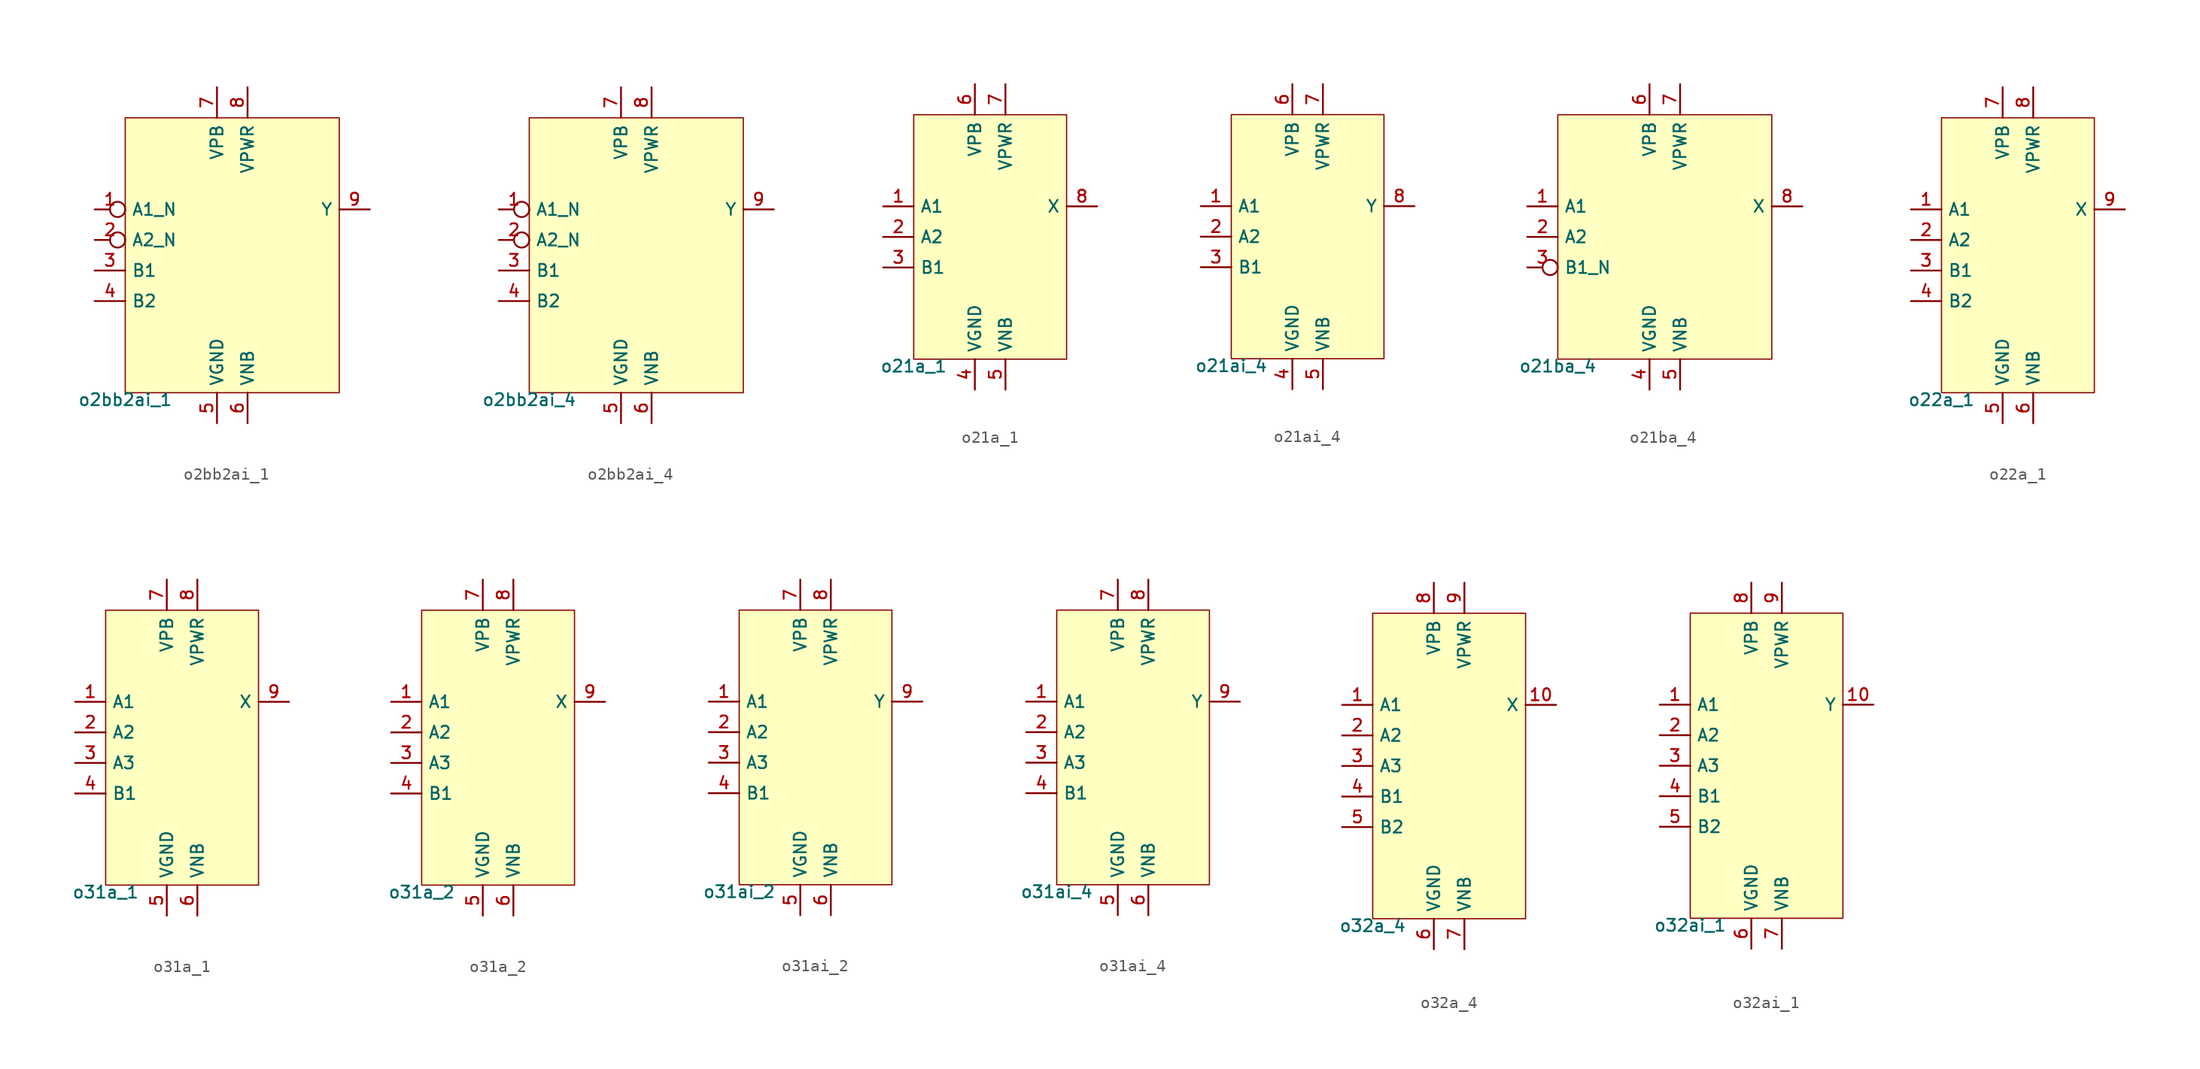
<source format=kicad_sym>
(kicad_symbol_lib
  (version 20211014)
  (generator pdk2kicad)
  (symbol "o2bb2ai_1"
    (property "Reference" "X"
      (at 0 0 0)
      (effects (font (size 1 1)) hide))
    (property "Value" "o2bb2ai_1"
      (at -8.89 -11.43 0)
      (effects (font (size 1 1)) (justify top)))
    (rectangle
      (start -8.89 -11.43)
      (end 8.89 11.43)
      (stroke (width 0.1) (type solid) (color 0 0 0 0))
      (fill (type background)))
    (pin input inverted
      (at -11.43 3.81 0)
      (length 2.54)
      (name "A1_N" (effects (font (size 1 1)) hide))
      (number "1" (effects (font (size 1 1)) hide)))
    (pin input inverted
      (at -11.43 1.27 0)
      (length 2.54)
      (name "A2_N" (effects (font (size 1 1)) hide))
      (number "2" (effects (font (size 1 1)) hide)))
    (pin input line
      (at -11.43 -1.27 0)
      (length 2.54)
      (name "B1" (effects (font (size 1 1)) hide))
      (number "3" (effects (font (size 1 1)) hide)))
    (pin input line
      (at -11.43 -3.81 0)
      (length 2.54)
      (name "B2" (effects (font (size 1 1)) hide))
      (number "4" (effects (font (size 1 1)) hide)))
    (pin power_in line
      (at -1.27 -13.97 90)
      (length 2.54)
      (name "VGND" (effects (font (size 1 1)) hide))
      (number "5" (effects (font (size 1 1)) hide)))
    (pin power_in line
      (at 1.27 -13.97 90)
      (length 2.54)
      (name "VNB" (effects (font (size 1 1)) hide))
      (number "6" (effects (font (size 1 1)) hide)))
    (pin power_in line
      (at -1.27 13.97 270)
      (length 2.54)
      (name "VPB" (effects (font (size 1 1)) hide))
      (number "7" (effects (font (size 1 1)) hide)))
    (pin power_in line
      (at 1.27 13.97 270)
      (length 2.54)
      (name "VPWR" (effects (font (size 1 1)) hide))
      (number "8" (effects (font (size 1 1)) hide)))
    (pin output line
      (at 11.43 3.81 180)
      (length 2.54)
      (name "Y" (effects (font (size 1 1)) hide))
      (number "9" (effects (font (size 1 1)) hide))))
  (symbol "o2bb2ai_4"
    (property "Reference" "X"
      (at 0 0 0)
      (effects (font (size 1 1)) hide))
    (property "Value" "o2bb2ai_4"
      (at -8.89 -11.43 0)
      (effects (font (size 1 1)) (justify top)))
    (rectangle
      (start -8.89 -11.43)
      (end 8.89 11.43)
      (stroke (width 0.1) (type solid) (color 0 0 0 0))
      (fill (type background)))
    (pin input inverted
      (at -11.43 3.81 0)
      (length 2.54)
      (name "A1_N" (effects (font (size 1 1)) hide))
      (number "1" (effects (font (size 1 1)) hide)))
    (pin input inverted
      (at -11.43 1.27 0)
      (length 2.54)
      (name "A2_N" (effects (font (size 1 1)) hide))
      (number "2" (effects (font (size 1 1)) hide)))
    (pin input line
      (at -11.43 -1.27 0)
      (length 2.54)
      (name "B1" (effects (font (size 1 1)) hide))
      (number "3" (effects (font (size 1 1)) hide)))
    (pin input line
      (at -11.43 -3.81 0)
      (length 2.54)
      (name "B2" (effects (font (size 1 1)) hide))
      (number "4" (effects (font (size 1 1)) hide)))
    (pin power_in line
      (at -1.27 -13.97 90)
      (length 2.54)
      (name "VGND" (effects (font (size 1 1)) hide))
      (number "5" (effects (font (size 1 1)) hide)))
    (pin power_in line
      (at 1.27 -13.97 90)
      (length 2.54)
      (name "VNB" (effects (font (size 1 1)) hide))
      (number "6" (effects (font (size 1 1)) hide)))
    (pin power_in line
      (at -1.27 13.97 270)
      (length 2.54)
      (name "VPB" (effects (font (size 1 1)) hide))
      (number "7" (effects (font (size 1 1)) hide)))
    (pin power_in line
      (at 1.27 13.97 270)
      (length 2.54)
      (name "VPWR" (effects (font (size 1 1)) hide))
      (number "8" (effects (font (size 1 1)) hide)))
    (pin output line
      (at 11.43 3.81 180)
      (length 2.54)
      (name "Y" (effects (font (size 1 1)) hide))
      (number "9" (effects (font (size 1 1)) hide))))
  (symbol "o21a_1"
    (property "Reference" "X"
      (at 0 0 0)
      (effects (font (size 1 1)) hide))
    (property "Value" "o21a_1"
      (at -6.35 -10.16 0)
      (effects (font (size 1 1)) (justify top)))
    (rectangle
      (start -6.35 -10.16)
      (end 6.35 10.16)
      (stroke (width 0.1) (type solid) (color 0 0 0 0))
      (fill (type background)))
    (pin input line
      (at -8.89 2.54 0)
      (length 2.54)
      (name "A1" (effects (font (size 1 1)) hide))
      (number "1" (effects (font (size 1 1)) hide)))
    (pin input line
      (at -8.89 0.0 0)
      (length 2.54)
      (name "A2" (effects (font (size 1 1)) hide))
      (number "2" (effects (font (size 1 1)) hide)))
    (pin input line
      (at -8.89 -2.54 0)
      (length 2.54)
      (name "B1" (effects (font (size 1 1)) hide))
      (number "3" (effects (font (size 1 1)) hide)))
    (pin power_in line
      (at -1.27 -12.7 90)
      (length 2.54)
      (name "VGND" (effects (font (size 1 1)) hide))
      (number "4" (effects (font (size 1 1)) hide)))
    (pin power_in line
      (at 1.27 -12.7 90)
      (length 2.54)
      (name "VNB" (effects (font (size 1 1)) hide))
      (number "5" (effects (font (size 1 1)) hide)))
    (pin power_in line
      (at -1.27 12.7 270)
      (length 2.54)
      (name "VPB" (effects (font (size 1 1)) hide))
      (number "6" (effects (font (size 1 1)) hide)))
    (pin power_in line
      (at 1.27 12.7 270)
      (length 2.54)
      (name "VPWR" (effects (font (size 1 1)) hide))
      (number "7" (effects (font (size 1 1)) hide)))
    (pin output line
      (at 8.89 2.54 180)
      (length 2.54)
      (name "X" (effects (font (size 1 1)) hide))
      (number "8" (effects (font (size 1 1)) hide))))
  (symbol "o21ai_4"
    (property "Reference" "X"
      (at 0 0 0)
      (effects (font (size 1 1)) hide))
    (property "Value" "o21ai_4"
      (at -6.35 -10.16 0)
      (effects (font (size 1 1)) (justify top)))
    (rectangle
      (start -6.35 -10.16)
      (end 6.35 10.16)
      (stroke (width 0.1) (type solid) (color 0 0 0 0))
      (fill (type background)))
    (pin input line
      (at -8.89 2.54 0)
      (length 2.54)
      (name "A1" (effects (font (size 1 1)) hide))
      (number "1" (effects (font (size 1 1)) hide)))
    (pin input line
      (at -8.89 0.0 0)
      (length 2.54)
      (name "A2" (effects (font (size 1 1)) hide))
      (number "2" (effects (font (size 1 1)) hide)))
    (pin input line
      (at -8.89 -2.54 0)
      (length 2.54)
      (name "B1" (effects (font (size 1 1)) hide))
      (number "3" (effects (font (size 1 1)) hide)))
    (pin power_in line
      (at -1.27 -12.7 90)
      (length 2.54)
      (name "VGND" (effects (font (size 1 1)) hide))
      (number "4" (effects (font (size 1 1)) hide)))
    (pin power_in line
      (at 1.27 -12.7 90)
      (length 2.54)
      (name "VNB" (effects (font (size 1 1)) hide))
      (number "5" (effects (font (size 1 1)) hide)))
    (pin power_in line
      (at -1.27 12.7 270)
      (length 2.54)
      (name "VPB" (effects (font (size 1 1)) hide))
      (number "6" (effects (font (size 1 1)) hide)))
    (pin power_in line
      (at 1.27 12.7 270)
      (length 2.54)
      (name "VPWR" (effects (font (size 1 1)) hide))
      (number "7" (effects (font (size 1 1)) hide)))
    (pin output line
      (at 8.89 2.54 180)
      (length 2.54)
      (name "Y" (effects (font (size 1 1)) hide))
      (number "8" (effects (font (size 1 1)) hide))))
  (symbol "o21ba_4"
    (property "Reference" "X"
      (at 0 0 0)
      (effects (font (size 1 1)) hide))
    (property "Value" "o21ba_4"
      (at -8.89 -10.16 0)
      (effects (font (size 1 1)) (justify top)))
    (rectangle
      (start -8.89 -10.16)
      (end 8.89 10.16)
      (stroke (width 0.1) (type solid) (color 0 0 0 0))
      (fill (type background)))
    (pin input line
      (at -11.43 2.54 0)
      (length 2.54)
      (name "A1" (effects (font (size 1 1)) hide))
      (number "1" (effects (font (size 1 1)) hide)))
    (pin input line
      (at -11.43 0.0 0)
      (length 2.54)
      (name "A2" (effects (font (size 1 1)) hide))
      (number "2" (effects (font (size 1 1)) hide)))
    (pin input inverted
      (at -11.43 -2.54 0)
      (length 2.54)
      (name "B1_N" (effects (font (size 1 1)) hide))
      (number "3" (effects (font (size 1 1)) hide)))
    (pin power_in line
      (at -1.27 -12.7 90)
      (length 2.54)
      (name "VGND" (effects (font (size 1 1)) hide))
      (number "4" (effects (font (size 1 1)) hide)))
    (pin power_in line
      (at 1.27 -12.7 90)
      (length 2.54)
      (name "VNB" (effects (font (size 1 1)) hide))
      (number "5" (effects (font (size 1 1)) hide)))
    (pin power_in line
      (at -1.27 12.7 270)
      (length 2.54)
      (name "VPB" (effects (font (size 1 1)) hide))
      (number "6" (effects (font (size 1 1)) hide)))
    (pin power_in line
      (at 1.27 12.7 270)
      (length 2.54)
      (name "VPWR" (effects (font (size 1 1)) hide))
      (number "7" (effects (font (size 1 1)) hide)))
    (pin output line
      (at 11.43 2.54 180)
      (length 2.54)
      (name "X" (effects (font (size 1 1)) hide))
      (number "8" (effects (font (size 1 1)) hide))))
  (symbol "o22a_1"
    (property "Reference" "X"
      (at 0 0 0)
      (effects (font (size 1 1)) hide))
    (property "Value" "o22a_1"
      (at -6.35 -11.43 0)
      (effects (font (size 1 1)) (justify top)))
    (rectangle
      (start -6.35 -11.43)
      (end 6.35 11.43)
      (stroke (width 0.1) (type solid) (color 0 0 0 0))
      (fill (type background)))
    (pin input line
      (at -8.89 3.81 0)
      (length 2.54)
      (name "A1" (effects (font (size 1 1)) hide))
      (number "1" (effects (font (size 1 1)) hide)))
    (pin input line
      (at -8.89 1.27 0)
      (length 2.54)
      (name "A2" (effects (font (size 1 1)) hide))
      (number "2" (effects (font (size 1 1)) hide)))
    (pin input line
      (at -8.89 -1.27 0)
      (length 2.54)
      (name "B1" (effects (font (size 1 1)) hide))
      (number "3" (effects (font (size 1 1)) hide)))
    (pin input line
      (at -8.89 -3.81 0)
      (length 2.54)
      (name "B2" (effects (font (size 1 1)) hide))
      (number "4" (effects (font (size 1 1)) hide)))
    (pin power_in line
      (at -1.27 -13.97 90)
      (length 2.54)
      (name "VGND" (effects (font (size 1 1)) hide))
      (number "5" (effects (font (size 1 1)) hide)))
    (pin power_in line
      (at 1.27 -13.97 90)
      (length 2.54)
      (name "VNB" (effects (font (size 1 1)) hide))
      (number "6" (effects (font (size 1 1)) hide)))
    (pin power_in line
      (at -1.27 13.97 270)
      (length 2.54)
      (name "VPB" (effects (font (size 1 1)) hide))
      (number "7" (effects (font (size 1 1)) hide)))
    (pin power_in line
      (at 1.27 13.97 270)
      (length 2.54)
      (name "VPWR" (effects (font (size 1 1)) hide))
      (number "8" (effects (font (size 1 1)) hide)))
    (pin output line
      (at 8.89 3.81 180)
      (length 2.54)
      (name "X" (effects (font (size 1 1)) hide))
      (number "9" (effects (font (size 1 1)) hide))))
  (symbol "o31a_1"
    (property "Reference" "X"
      (at 0 0 0)
      (effects (font (size 1 1)) hide))
    (property "Value" "o31a_1"
      (at -6.35 -11.43 0)
      (effects (font (size 1 1)) (justify top)))
    (rectangle
      (start -6.35 -11.43)
      (end 6.35 11.43)
      (stroke (width 0.1) (type solid) (color 0 0 0 0))
      (fill (type background)))
    (pin input line
      (at -8.89 3.81 0)
      (length 2.54)
      (name "A1" (effects (font (size 1 1)) hide))
      (number "1" (effects (font (size 1 1)) hide)))
    (pin input line
      (at -8.89 1.27 0)
      (length 2.54)
      (name "A2" (effects (font (size 1 1)) hide))
      (number "2" (effects (font (size 1 1)) hide)))
    (pin input line
      (at -8.89 -1.27 0)
      (length 2.54)
      (name "A3" (effects (font (size 1 1)) hide))
      (number "3" (effects (font (size 1 1)) hide)))
    (pin input line
      (at -8.89 -3.81 0)
      (length 2.54)
      (name "B1" (effects (font (size 1 1)) hide))
      (number "4" (effects (font (size 1 1)) hide)))
    (pin power_in line
      (at -1.27 -13.97 90)
      (length 2.54)
      (name "VGND" (effects (font (size 1 1)) hide))
      (number "5" (effects (font (size 1 1)) hide)))
    (pin power_in line
      (at 1.27 -13.97 90)
      (length 2.54)
      (name "VNB" (effects (font (size 1 1)) hide))
      (number "6" (effects (font (size 1 1)) hide)))
    (pin power_in line
      (at -1.27 13.97 270)
      (length 2.54)
      (name "VPB" (effects (font (size 1 1)) hide))
      (number "7" (effects (font (size 1 1)) hide)))
    (pin power_in line
      (at 1.27 13.97 270)
      (length 2.54)
      (name "VPWR" (effects (font (size 1 1)) hide))
      (number "8" (effects (font (size 1 1)) hide)))
    (pin output line
      (at 8.89 3.81 180)
      (length 2.54)
      (name "X" (effects (font (size 1 1)) hide))
      (number "9" (effects (font (size 1 1)) hide))))
  (symbol "o31a_2"
    (property "Reference" "X"
      (at 0 0 0)
      (effects (font (size 1 1)) hide))
    (property "Value" "o31a_2"
      (at -6.35 -11.43 0)
      (effects (font (size 1 1)) (justify top)))
    (rectangle
      (start -6.35 -11.43)
      (end 6.35 11.43)
      (stroke (width 0.1) (type solid) (color 0 0 0 0))
      (fill (type background)))
    (pin input line
      (at -8.89 3.81 0)
      (length 2.54)
      (name "A1" (effects (font (size 1 1)) hide))
      (number "1" (effects (font (size 1 1)) hide)))
    (pin input line
      (at -8.89 1.27 0)
      (length 2.54)
      (name "A2" (effects (font (size 1 1)) hide))
      (number "2" (effects (font (size 1 1)) hide)))
    (pin input line
      (at -8.89 -1.27 0)
      (length 2.54)
      (name "A3" (effects (font (size 1 1)) hide))
      (number "3" (effects (font (size 1 1)) hide)))
    (pin input line
      (at -8.89 -3.81 0)
      (length 2.54)
      (name "B1" (effects (font (size 1 1)) hide))
      (number "4" (effects (font (size 1 1)) hide)))
    (pin power_in line
      (at -1.27 -13.97 90)
      (length 2.54)
      (name "VGND" (effects (font (size 1 1)) hide))
      (number "5" (effects (font (size 1 1)) hide)))
    (pin power_in line
      (at 1.27 -13.97 90)
      (length 2.54)
      (name "VNB" (effects (font (size 1 1)) hide))
      (number "6" (effects (font (size 1 1)) hide)))
    (pin power_in line
      (at -1.27 13.97 270)
      (length 2.54)
      (name "VPB" (effects (font (size 1 1)) hide))
      (number "7" (effects (font (size 1 1)) hide)))
    (pin power_in line
      (at 1.27 13.97 270)
      (length 2.54)
      (name "VPWR" (effects (font (size 1 1)) hide))
      (number "8" (effects (font (size 1 1)) hide)))
    (pin output line
      (at 8.89 3.81 180)
      (length 2.54)
      (name "X" (effects (font (size 1 1)) hide))
      (number "9" (effects (font (size 1 1)) hide))))
  (symbol "o31ai_2"
    (property "Reference" "X"
      (at 0 0 0)
      (effects (font (size 1 1)) hide))
    (property "Value" "o31ai_2"
      (at -6.35 -11.43 0)
      (effects (font (size 1 1)) (justify top)))
    (rectangle
      (start -6.35 -11.43)
      (end 6.35 11.43)
      (stroke (width 0.1) (type solid) (color 0 0 0 0))
      (fill (type background)))
    (pin input line
      (at -8.89 3.81 0)
      (length 2.54)
      (name "A1" (effects (font (size 1 1)) hide))
      (number "1" (effects (font (size 1 1)) hide)))
    (pin input line
      (at -8.89 1.27 0)
      (length 2.54)
      (name "A2" (effects (font (size 1 1)) hide))
      (number "2" (effects (font (size 1 1)) hide)))
    (pin input line
      (at -8.89 -1.27 0)
      (length 2.54)
      (name "A3" (effects (font (size 1 1)) hide))
      (number "3" (effects (font (size 1 1)) hide)))
    (pin input line
      (at -8.89 -3.81 0)
      (length 2.54)
      (name "B1" (effects (font (size 1 1)) hide))
      (number "4" (effects (font (size 1 1)) hide)))
    (pin power_in line
      (at -1.27 -13.97 90)
      (length 2.54)
      (name "VGND" (effects (font (size 1 1)) hide))
      (number "5" (effects (font (size 1 1)) hide)))
    (pin power_in line
      (at 1.27 -13.97 90)
      (length 2.54)
      (name "VNB" (effects (font (size 1 1)) hide))
      (number "6" (effects (font (size 1 1)) hide)))
    (pin power_in line
      (at -1.27 13.97 270)
      (length 2.54)
      (name "VPB" (effects (font (size 1 1)) hide))
      (number "7" (effects (font (size 1 1)) hide)))
    (pin power_in line
      (at 1.27 13.97 270)
      (length 2.54)
      (name "VPWR" (effects (font (size 1 1)) hide))
      (number "8" (effects (font (size 1 1)) hide)))
    (pin output line
      (at 8.89 3.81 180)
      (length 2.54)
      (name "Y" (effects (font (size 1 1)) hide))
      (number "9" (effects (font (size 1 1)) hide))))
  (symbol "o31ai_4"
    (property "Reference" "X"
      (at 0 0 0)
      (effects (font (size 1 1)) hide))
    (property "Value" "o31ai_4"
      (at -6.35 -11.43 0)
      (effects (font (size 1 1)) (justify top)))
    (rectangle
      (start -6.35 -11.43)
      (end 6.35 11.43)
      (stroke (width 0.1) (type solid) (color 0 0 0 0))
      (fill (type background)))
    (pin input line
      (at -8.89 3.81 0)
      (length 2.54)
      (name "A1" (effects (font (size 1 1)) hide))
      (number "1" (effects (font (size 1 1)) hide)))
    (pin input line
      (at -8.89 1.27 0)
      (length 2.54)
      (name "A2" (effects (font (size 1 1)) hide))
      (number "2" (effects (font (size 1 1)) hide)))
    (pin input line
      (at -8.89 -1.27 0)
      (length 2.54)
      (name "A3" (effects (font (size 1 1)) hide))
      (number "3" (effects (font (size 1 1)) hide)))
    (pin input line
      (at -8.89 -3.81 0)
      (length 2.54)
      (name "B1" (effects (font (size 1 1)) hide))
      (number "4" (effects (font (size 1 1)) hide)))
    (pin power_in line
      (at -1.27 -13.97 90)
      (length 2.54)
      (name "VGND" (effects (font (size 1 1)) hide))
      (number "5" (effects (font (size 1 1)) hide)))
    (pin power_in line
      (at 1.27 -13.97 90)
      (length 2.54)
      (name "VNB" (effects (font (size 1 1)) hide))
      (number "6" (effects (font (size 1 1)) hide)))
    (pin power_in line
      (at -1.27 13.97 270)
      (length 2.54)
      (name "VPB" (effects (font (size 1 1)) hide))
      (number "7" (effects (font (size 1 1)) hide)))
    (pin power_in line
      (at 1.27 13.97 270)
      (length 2.54)
      (name "VPWR" (effects (font (size 1 1)) hide))
      (number "8" (effects (font (size 1 1)) hide)))
    (pin output line
      (at 8.89 3.81 180)
      (length 2.54)
      (name "Y" (effects (font (size 1 1)) hide))
      (number "9" (effects (font (size 1 1)) hide))))
  (symbol "o32a_4"
    (property "Reference" "X"
      (at 0 0 0)
      (effects (font (size 1 1)) hide))
    (property "Value" "o32a_4"
      (at -6.35 -12.7 0)
      (effects (font (size 1 1)) (justify top)))
    (rectangle
      (start -6.35 -12.7)
      (end 6.35 12.7)
      (stroke (width 0.1) (type solid) (color 0 0 0 0))
      (fill (type background)))
    (pin input line
      (at -8.89 5.08 0)
      (length 2.54)
      (name "A1" (effects (font (size 1 1)) hide))
      (number "1" (effects (font (size 1 1)) hide)))
    (pin input line
      (at -8.89 2.54 0)
      (length 2.54)
      (name "A2" (effects (font (size 1 1)) hide))
      (number "2" (effects (font (size 1 1)) hide)))
    (pin input line
      (at -8.89 -8.881784197001252e-16 0)
      (length 2.54)
      (name "A3" (effects (font (size 1 1)) hide))
      (number "3" (effects (font (size 1 1)) hide)))
    (pin input line
      (at -8.89 -2.54 0)
      (length 2.54)
      (name "B1" (effects (font (size 1 1)) hide))
      (number "4" (effects (font (size 1 1)) hide)))
    (pin input line
      (at -8.89 -5.08 0)
      (length 2.54)
      (name "B2" (effects (font (size 1 1)) hide))
      (number "5" (effects (font (size 1 1)) hide)))
    (pin power_in line
      (at -1.27 -15.24 90)
      (length 2.54)
      (name "VGND" (effects (font (size 1 1)) hide))
      (number "6" (effects (font (size 1 1)) hide)))
    (pin power_in line
      (at 1.27 -15.24 90)
      (length 2.54)
      (name "VNB" (effects (font (size 1 1)) hide))
      (number "7" (effects (font (size 1 1)) hide)))
    (pin power_in line
      (at -1.27 15.24 270)
      (length 2.54)
      (name "VPB" (effects (font (size 1 1)) hide))
      (number "8" (effects (font (size 1 1)) hide)))
    (pin power_in line
      (at 1.27 15.24 270)
      (length 2.54)
      (name "VPWR" (effects (font (size 1 1)) hide))
      (number "9" (effects (font (size 1 1)) hide)))
    (pin output line
      (at 8.89 5.08 180)
      (length 2.54)
      (name "X" (effects (font (size 1 1)) hide))
      (number "10" (effects (font (size 1 1)) hide))))
  (symbol "o32ai_1"
    (property "Reference" "X"
      (at 0 0 0)
      (effects (font (size 1 1)) hide))
    (property "Value" "o32ai_1"
      (at -6.35 -12.7 0)
      (effects (font (size 1 1)) (justify top)))
    (rectangle
      (start -6.35 -12.7)
      (end 6.35 12.7)
      (stroke (width 0.1) (type solid) (color 0 0 0 0))
      (fill (type background)))
    (pin input line
      (at -8.89 5.08 0)
      (length 2.54)
      (name "A1" (effects (font (size 1 1)) hide))
      (number "1" (effects (font (size 1 1)) hide)))
    (pin input line
      (at -8.89 2.54 0)
      (length 2.54)
      (name "A2" (effects (font (size 1 1)) hide))
      (number "2" (effects (font (size 1 1)) hide)))
    (pin input line
      (at -8.89 -8.881784197001252e-16 0)
      (length 2.54)
      (name "A3" (effects (font (size 1 1)) hide))
      (number "3" (effects (font (size 1 1)) hide)))
    (pin input line
      (at -8.89 -2.54 0)
      (length 2.54)
      (name "B1" (effects (font (size 1 1)) hide))
      (number "4" (effects (font (size 1 1)) hide)))
    (pin input line
      (at -8.89 -5.08 0)
      (length 2.54)
      (name "B2" (effects (font (size 1 1)) hide))
      (number "5" (effects (font (size 1 1)) hide)))
    (pin power_in line
      (at -1.27 -15.24 90)
      (length 2.54)
      (name "VGND" (effects (font (size 1 1)) hide))
      (number "6" (effects (font (size 1 1)) hide)))
    (pin power_in line
      (at 1.27 -15.24 90)
      (length 2.54)
      (name "VNB" (effects (font (size 1 1)) hide))
      (number "7" (effects (font (size 1 1)) hide)))
    (pin power_in line
      (at -1.27 15.24 270)
      (length 2.54)
      (name "VPB" (effects (font (size 1 1)) hide))
      (number "8" (effects (font (size 1 1)) hide)))
    (pin power_in line
      (at 1.27 15.24 270)
      (length 2.54)
      (name "VPWR" (effects (font (size 1 1)) hide))
      (number "9" (effects (font (size 1 1)) hide)))
    (pin output line
      (at 8.89 5.08 180)
      (length 2.54)
      (name "Y" (effects (font (size 1 1)) hide))
      (number "10" (effects (font (size 1 1)) hide)))))
</source>
